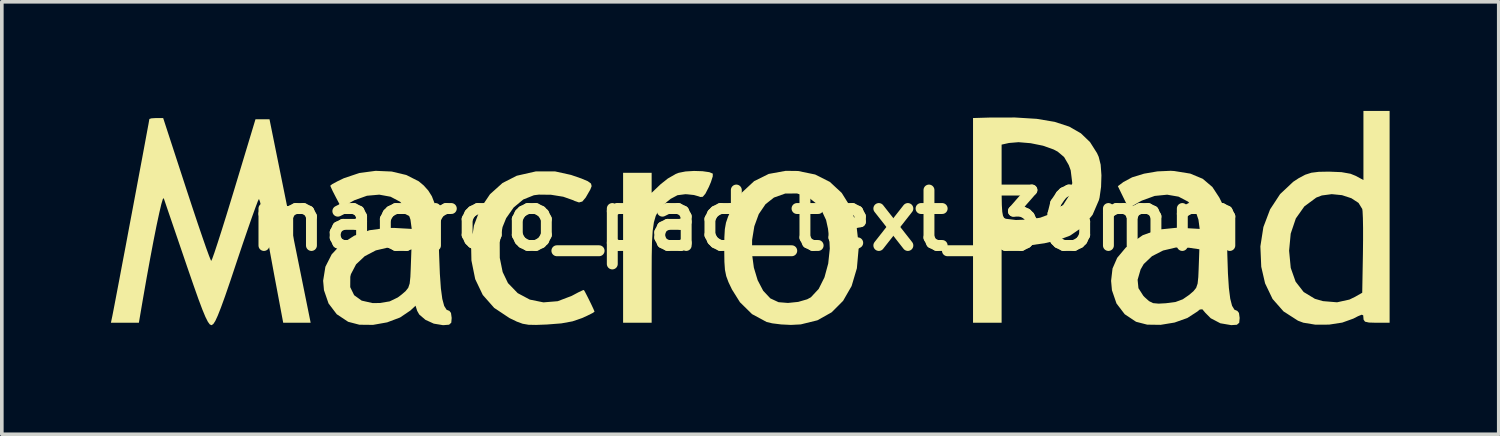
<source format=kicad_pcb>
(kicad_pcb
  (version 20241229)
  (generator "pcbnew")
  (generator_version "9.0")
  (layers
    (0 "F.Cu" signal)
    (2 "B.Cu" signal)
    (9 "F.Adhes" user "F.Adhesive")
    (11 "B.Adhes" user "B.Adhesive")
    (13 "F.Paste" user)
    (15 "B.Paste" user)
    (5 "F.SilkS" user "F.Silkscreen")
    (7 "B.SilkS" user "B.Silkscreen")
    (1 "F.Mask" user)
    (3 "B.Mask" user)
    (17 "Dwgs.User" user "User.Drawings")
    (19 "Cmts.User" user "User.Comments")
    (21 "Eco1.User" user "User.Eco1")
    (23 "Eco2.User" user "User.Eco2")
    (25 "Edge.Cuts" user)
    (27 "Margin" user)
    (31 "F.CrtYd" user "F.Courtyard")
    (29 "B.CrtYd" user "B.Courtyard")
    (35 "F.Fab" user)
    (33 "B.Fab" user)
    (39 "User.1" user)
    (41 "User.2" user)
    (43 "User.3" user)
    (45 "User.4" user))
  (footprint "macroo_pad_text_36mm"
    (layer "F.Cu")
    (at 17.489 3.011)
    (property "Reference" "macroo_pad_text_36mm" (at 0 0 0) (layer "F.SilkS") (effects (font (size 1.524 1.524) (thickness 0.3))))
    (attr board_only exclude_from_pos_files exclude_from_bom)
    (fp_poly (pts (xy -1.221 -1.353) (xy -1.032 -1.326) (xy -0.937 -1.286) (xy -0.939 -1.208) (xy -0.989 -1.053) (xy -1.046 -0.919) (xy -1.141 -0.734) (xy -1.213 -0.649) (xy -1.284 -0.644) (xy -1.315 -0.658) (xy -1.455 -0.698) (xy -1.652 -0.719) (xy -1.695 -0.72) (xy -1.908 -0.693) (xy -2.096 -0.593) (xy -2.201 -0.508) (xy -2.331 -0.386) (xy -2.432 -0.264) (xy -2.506 -0.125) (xy -2.557 0.052) (xy -2.59 0.284) (xy -2.609 0.592) (xy -2.617 0.993) (xy -2.619 1.471) (xy -2.619 2.815) (xy -3.404 2.815) (xy -3.404 -1.309) (xy -2.619 -1.309) (xy -2.619 -0.759) (xy -2.373 -0.994) (xy -2.174 -1.152) (xy -1.956 -1.277) (xy -1.874 -1.309) (xy -1.687 -1.346) (xy -1.454 -1.36)) (stroke (width 0) (type solid)) (fill yes) (layer "F.SilkS"))
    (fp_poly (pts (xy 7.97 -2.793) (xy 8.464 -2.71) (xy 8.865 -2.579) (xy 9.185 -2.395) (xy 9.436 -2.154) (xy 9.627 -1.853) (xy 9.675 -1.748) (xy 9.729 -1.533) (xy 9.75 -1.24) (xy 9.74 -0.922) (xy 9.699 -0.629) (xy 9.681 -0.558) (xy 9.507 -0.154) (xy 9.235 0.18) (xy 8.887 0.419) (xy 8.569 0.538) (xy 8.184 0.629) (xy 7.784 0.685) (xy 7.424 0.695) (xy 7.285 0.682) (xy 7.005 0.64) (xy 7.005 2.815) (xy 6.219 2.815) (xy 6.219 -1.08) (xy 7.005 -1.08) (xy 7.006 -0.694) (xy 7.011 -0.42) (xy 7.023 -0.237) (xy 7.043 -0.127) (xy 7.074 -0.07) (xy 7.117 -0.046) (xy 7.119 -0.045) (xy 7.398 -0.011) (xy 7.747 -0.024) (xy 8.065 -0.074) (xy 8.423 -0.207) (xy 8.696 -0.423) (xy 8.875 -0.703) (xy 8.948 -1.027) (xy 8.905 -1.376) (xy 8.852 -1.521) (xy 8.723 -1.743) (xy 8.547 -1.891) (xy 8.436 -1.95) (xy 8.144 -2.054) (xy 7.804 -2.123) (xy 7.47 -2.151) (xy 7.208 -2.129) (xy 7.005 -2.084) (xy 7.005 -1.08) (xy 6.219 -1.08) (xy 6.219 -2.815) (xy 6.661 -2.828) (xy 7.373 -2.83)) (stroke (width 0) (type solid)) (fill yes) (layer "F.SilkS"))
    (fp_poly (pts (xy -4.837 -1.251) (xy -4.553 -1.153) (xy -4.375 -1.078) (xy -4.287 -1.013) (xy -4.269 -0.943) (xy -4.303 -0.855) (xy -4.311 -0.839) (xy -4.432 -0.629) (xy -4.525 -0.519) (xy -4.617 -0.494) (xy -4.736 -0.535) (xy -4.777 -0.555) (xy -5.05 -0.651) (xy -5.386 -0.705) (xy -5.72 -0.709) (xy -5.857 -0.692) (xy -6.149 -0.575) (xy -6.413 -0.356) (xy -6.62 -0.061) (xy -6.719 0.183) (xy -6.797 0.608) (xy -6.795 1.032) (xy -6.716 1.42) (xy -6.57 1.724) (xy -6.303 2) (xy -5.969 2.178) (xy -5.594 2.254) (xy -5.202 2.222) (xy -4.821 2.077) (xy -4.811 2.072) (xy -4.636 1.979) (xy -4.516 1.922) (xy -4.482 1.914) (xy -4.442 1.984) (xy -4.37 2.124) (xy -4.289 2.288) (xy -4.222 2.43) (xy -4.19 2.507) (xy -4.19 2.51) (xy -4.244 2.548) (xy -4.386 2.619) (xy -4.533 2.686) (xy -4.795 2.776) (xy -5.103 2.832) (xy -5.499 2.863) (xy -5.796 2.874) (xy -6.004 2.87) (xy -6.166 2.842) (xy -6.325 2.784) (xy -6.522 2.689) (xy -6.531 2.684) (xy -6.949 2.406) (xy -7.263 2.05) (xy -7.471 1.615) (xy -7.575 1.102) (xy -7.584 0.663) (xy -7.506 0.141) (xy -7.33 -0.325) (xy -7.064 -0.72) (xy -6.721 -1.028) (xy -6.329 -1.228) (xy -5.805 -1.347) (xy -5.277 -1.348)) (stroke (width 0) (type solid)) (fill yes) (layer "F.SilkS"))
    (fp_poly (pts (xy 17.675 2.815) (xy 17.315 2.815) (xy 17.107 2.809) (xy 16.999 2.785) (xy 16.959 2.73) (xy 16.955 2.685) (xy 16.949 2.611) (xy 16.909 2.593) (xy 16.807 2.634) (xy 16.677 2.701) (xy 16.373 2.81) (xy 16.01 2.866) (xy 15.636 2.868) (xy 15.302 2.813) (xy 15.155 2.758) (xy 14.757 2.502) (xy 14.456 2.16) (xy 14.25 1.73) (xy 14.145 1.275) (xy 14.126 0.833) (xy 14.911 0.833) (xy 14.956 1.306) (xy 15.09 1.685) (xy 15.311 1.969) (xy 15.62 2.156) (xy 15.842 2.22) (xy 16.23 2.252) (xy 16.57 2.177) (xy 16.726 2.101) (xy 16.922 1.989) (xy 16.941 0.913) (xy 16.945 0.54) (xy 16.945 0.204) (xy 16.94 -0.069) (xy 16.931 -0.253) (xy 16.923 -0.313) (xy 16.82 -0.481) (xy 16.623 -0.61) (xy 16.366 -0.694) (xy 16.084 -0.722) (xy 15.811 -0.686) (xy 15.659 -0.628) (xy 15.331 -0.386) (xy 15.096 -0.054) (xy 14.955 0.364) (xy 14.911 0.833) (xy 14.126 0.833) (xy 14.121 0.715) (xy 14.204 0.183) (xy 14.388 -0.303) (xy 14.664 -0.724) (xy 15.024 -1.062) (xy 15.178 -1.163) (xy 15.356 -1.257) (xy 15.524 -1.311) (xy 15.728 -1.336) (xy 16.006 -1.341) (xy 16.352 -1.327) (xy 16.599 -1.283) (xy 16.742 -1.225) (xy 16.955 -1.11) (xy 16.955 -3.011) (xy 17.675 -3.011)) (stroke (width 0) (type solid)) (fill yes) (layer "F.SilkS"))
    (fp_poly (pts (xy 1.406 -1.359) (xy 1.878 -1.262) (xy 2.281 -1.059) (xy 2.608 -0.756) (xy 2.853 -0.363) (xy 3.011 0.115) (xy 3.074 0.668) (xy 3.075 0.753) (xy 3.025 1.316) (xy 2.88 1.805) (xy 2.646 2.212) (xy 2.33 2.528) (xy 1.94 2.747) (xy 1.481 2.86) (xy 1.211 2.874) (xy 0.944 2.861) (xy 0.7 2.831) (xy 0.544 2.794) (xy 0.142 2.577) (xy -0.19 2.251) (xy -0.41 1.9) (xy -0.506 1.699) (xy -0.568 1.532) (xy -0.603 1.359) (xy -0.618 1.142) (xy -0.621 0.921) (xy 0.141 0.921) (xy 0.192 1.299) (xy 0.296 1.644) (xy 0.448 1.934) (xy 0.645 2.144) (xy 0.87 2.249) (xy 1.129 2.27) (xy 1.411 2.241) (xy 1.657 2.17) (xy 1.759 2.115) (xy 1.974 1.885) (xy 2.134 1.565) (xy 2.237 1.185) (xy 2.28 0.776) (xy 2.261 0.367) (xy 2.178 -0.011) (xy 2.029 -0.329) (xy 1.952 -0.429) (xy 1.689 -0.638) (xy 1.379 -0.741) (xy 1.053 -0.738) (xy 0.744 -0.628) (xy 0.513 -0.446) (xy 0.327 -0.173) (xy 0.205 0.161) (xy 0.144 0.534) (xy 0.141 0.921) (xy -0.621 0.921) (xy -0.622 0.839) (xy -0.622 0.786) (xy -0.619 0.467) (xy -0.606 0.239) (xy -0.574 0.061) (xy -0.516 -0.107) (xy -0.424 -0.307) (xy -0.406 -0.343) (xy -0.137 -0.767) (xy 0.199 -1.079) (xy 0.6 -1.278) (xy 1.068 -1.363)) (stroke (width 0) (type solid)) (fill yes) (layer "F.SilkS"))
    (fp_poly (pts (xy -9.767 -1.344) (xy -9.362 -1.247) (xy -9.023 -1.075) (xy -8.886 -0.96) (xy -8.76 -0.819) (xy -8.663 -0.664) (xy -8.591 -0.478) (xy -8.539 -0.239) (xy -8.503 0.073) (xy -8.479 0.476) (xy -8.463 0.949) (xy -8.443 1.469) (xy -8.415 1.869) (xy -8.376 2.159) (xy -8.324 2.352) (xy -8.257 2.458) (xy -8.181 2.488) (xy -8.137 2.545) (xy -8.118 2.682) (xy -8.118 2.684) (xy -8.129 2.813) (xy -8.189 2.868) (xy -8.336 2.88) (xy -8.363 2.88) (xy -8.61 2.839) (xy -8.84 2.734) (xy -9.01 2.588) (xy -9.067 2.487) (xy -9.112 2.346) (xy -9.253 2.478) (xy -9.537 2.67) (xy -9.893 2.804) (xy -10.281 2.873) (xy -10.656 2.869) (xy -10.965 2.788) (xy -11.279 2.58) (xy -11.504 2.284) (xy -11.63 1.919) (xy -11.637 1.836) (xy -10.908 1.836) (xy -10.8 2.057) (xy -10.593 2.206) (xy -10.297 2.273) (xy -10.097 2.272) (xy -9.823 2.227) (xy -9.602 2.12) (xy -9.508 2.05) (xy -9.386 1.946) (xy -9.313 1.854) (xy -9.273 1.736) (xy -9.254 1.555) (xy -9.244 1.325) (xy -9.225 0.798) (xy -9.492 0.753) (xy -9.856 0.743) (xy -10.204 0.825) (xy -10.51 0.985) (xy -10.747 1.208) (xy -10.889 1.479) (xy -10.906 1.55) (xy -10.908 1.836) (xy -11.637 1.836) (xy -11.653 1.659) (xy -11.591 1.275) (xy -11.418 0.934) (xy -11.148 0.645) (xy -10.796 0.42) (xy -10.377 0.27) (xy -9.907 0.206) (xy -9.678 0.208) (xy -9.217 0.234) (xy -9.251 -0.02) (xy -9.347 -0.301) (xy -9.537 -0.513) (xy -9.798 -0.651) (xy -10.109 -0.708) (xy -10.448 -0.678) (xy -10.794 -0.554) (xy -10.895 -0.498) (xy -11.149 -0.345) (xy -11.302 -0.634) (xy -11.391 -0.807) (xy -11.446 -0.927) (xy -11.456 -0.956) (xy -11.402 -0.998) (xy -11.259 -1.075) (xy -11.086 -1.159) (xy -10.659 -1.303) (xy -10.209 -1.363)) (stroke (width 0) (type solid)) (fill yes) (layer "F.SilkS"))
    (fp_poly (pts (xy -15.411 -0.851) (xy -15.253 -0.371) (xy -15.107 0.067) (xy -14.977 0.448) (xy -14.87 0.756) (xy -14.789 0.977) (xy -14.741 1.096) (xy -14.73 1.113) (xy -14.702 1.053) (xy -14.641 0.882) (xy -14.553 0.616) (xy -14.442 0.27) (xy -14.313 -0.142) (xy -14.172 -0.603) (xy -14.101 -0.835) (xy -13.513 -2.782) (xy -13.128 -2.782) (xy -12.562 0.016) (xy -11.996 2.815) (xy -12.751 2.815) (xy -12.92 1.915) (xy -13 1.49) (xy -13.087 1.018) (xy -13.172 0.56) (xy -13.235 0.213) (xy -13.294 -0.092) (xy -13.347 -0.343) (xy -13.39 -0.517) (xy -13.417 -0.589) (xy -13.418 -0.589) (xy -13.448 -0.53) (xy -13.512 -0.361) (xy -13.606 -0.1) (xy -13.724 0.238) (xy -13.861 0.637) (xy -14.011 1.083) (xy -14.032 1.146) (xy -14.207 1.67) (xy -14.349 2.083) (xy -14.462 2.394) (xy -14.55 2.617) (xy -14.618 2.765) (xy -14.672 2.848) (xy -14.716 2.879) (xy -14.727 2.88) (xy -14.77 2.86) (xy -14.822 2.789) (xy -14.889 2.656) (xy -14.975 2.449) (xy -15.085 2.156) (xy -15.224 1.763) (xy -15.398 1.26) (xy -15.42 1.195) (xy -15.574 0.744) (xy -15.715 0.331) (xy -15.838 -0.029) (xy -15.937 -0.318) (xy -16.005 -0.518) (xy -16.037 -0.612) (xy -16.037 -0.612) (xy -16.061 -0.587) (xy -16.103 -0.446) (xy -16.161 -0.198) (xy -16.234 0.142) (xy -16.318 0.564) (xy -16.411 1.056) (xy -16.511 1.605) (xy -16.615 2.2) (xy -16.639 2.34) (xy -16.72 2.815) (xy -17.489 2.815) (xy -17.451 2.635) (xy -17.43 2.529) (xy -17.389 2.316) (xy -17.331 2.012) (xy -17.259 1.634) (xy -17.177 1.198) (xy -17.086 0.72) (xy -16.992 0.216) (xy -16.895 -0.297) (xy -16.8 -0.803) (xy -16.71 -1.285) (xy -16.627 -1.727) (xy -16.555 -2.114) (xy -16.497 -2.428) (xy -16.455 -2.653) (xy -16.434 -2.774) (xy -16.431 -2.789) (xy -16.375 -2.807) (xy -16.242 -2.815) (xy -16.052 -2.815)) (stroke (width 0) (type solid)) (fill yes) (layer "F.SilkS"))
    (fp_poly (pts (xy 11.752 -1.358) (xy 12.193 -1.287) (xy 12.536 -1.144) (xy 12.801 -0.919) (xy 12.991 -0.629) (xy 13.06 -0.49) (xy 13.111 -0.367) (xy 13.147 -0.235) (xy 13.171 -0.071) (xy 13.188 0.148) (xy 13.199 0.446) (xy 13.21 0.847) (xy 13.212 0.938) (xy 13.229 1.459) (xy 13.255 1.86) (xy 13.292 2.152) (xy 13.342 2.347) (xy 13.407 2.455) (xy 13.487 2.488) (xy 13.532 2.545) (xy 13.551 2.682) (xy 13.551 2.684) (xy 13.539 2.815) (xy 13.475 2.87) (xy 13.32 2.88) (xy 13.319 2.88) (xy 13.02 2.829) (xy 12.756 2.691) (xy 12.608 2.542) (xy 12.526 2.445) (xy 12.455 2.451) (xy 12.39 2.505) (xy 12.113 2.684) (xy 11.761 2.809) (xy 11.378 2.872) (xy 11.009 2.867) (xy 10.703 2.788) (xy 10.39 2.58) (xy 10.164 2.284) (xy 10.039 1.92) (xy 10.016 1.663) (xy 10.019 1.633) (xy 10.745 1.633) (xy 10.768 1.864) (xy 10.901 2.072) (xy 10.935 2.108) (xy 11.058 2.219) (xy 11.17 2.275) (xy 11.322 2.289) (xy 11.523 2.278) (xy 11.789 2.243) (xy 11.986 2.17) (xy 12.159 2.051) (xy 12.281 1.947) (xy 12.355 1.855) (xy 12.395 1.738) (xy 12.414 1.558) (xy 12.424 1.323) (xy 12.443 0.794) (xy 12.158 0.752) (xy 11.795 0.746) (xy 11.446 0.828) (xy 11.141 0.984) (xy 10.913 1.2) (xy 10.827 1.35) (xy 10.745 1.633) (xy 10.019 1.633) (xy 10.055 1.323) (xy 10.183 1.03) (xy 10.416 0.752) (xy 10.509 0.667) (xy 10.888 0.406) (xy 11.317 0.253) (xy 11.812 0.203) (xy 11.995 0.208) (xy 12.452 0.234) (xy 12.418 -0.02) (xy 12.322 -0.303) (xy 12.132 -0.516) (xy 11.871 -0.653) (xy 11.558 -0.707) (xy 11.214 -0.673) (xy 10.86 -0.544) (xy 10.769 -0.495) (xy 10.497 -0.335) (xy 10.202 -0.941) (xy 10.355 -1.056) (xy 10.595 -1.185) (xy 10.922 -1.285) (xy 11.29 -1.348) (xy 11.655 -1.364)) (stroke (width 0) (type solid)) (fill yes) (layer "F.SilkS")))
  (gr_rect
    (start -3 -3)
    (end 38.165 8.892)
    (stroke (width 0.1) (type default))
    (fill no)
    (layer "Edge.Cuts")))
</source>
